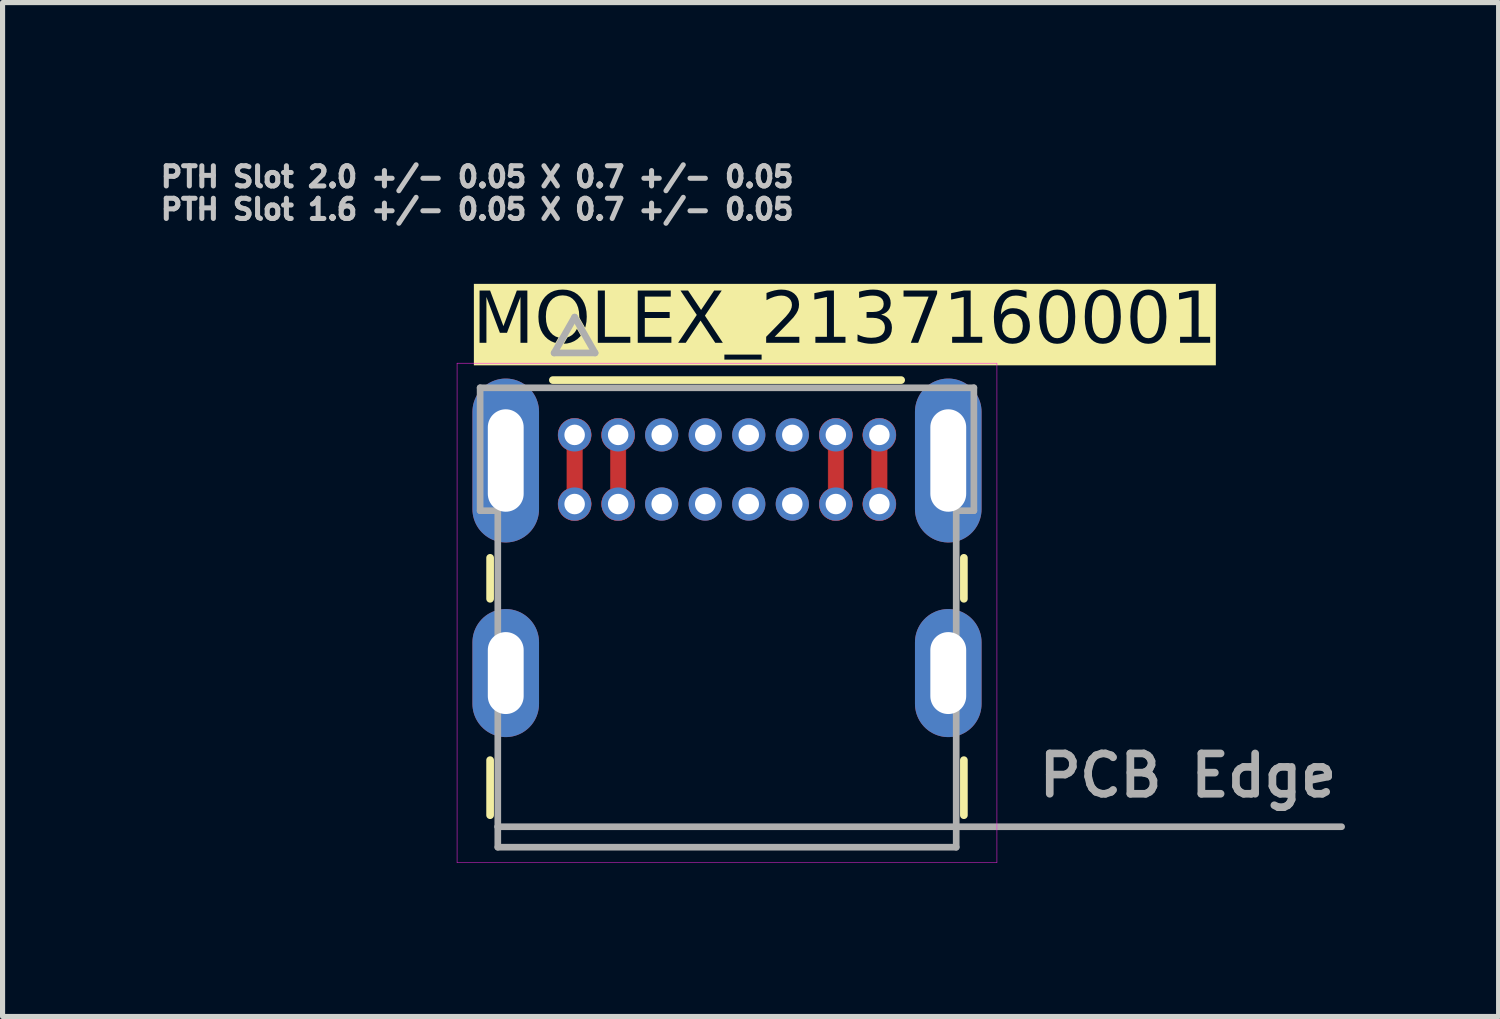
<source format=kicad_pcb>
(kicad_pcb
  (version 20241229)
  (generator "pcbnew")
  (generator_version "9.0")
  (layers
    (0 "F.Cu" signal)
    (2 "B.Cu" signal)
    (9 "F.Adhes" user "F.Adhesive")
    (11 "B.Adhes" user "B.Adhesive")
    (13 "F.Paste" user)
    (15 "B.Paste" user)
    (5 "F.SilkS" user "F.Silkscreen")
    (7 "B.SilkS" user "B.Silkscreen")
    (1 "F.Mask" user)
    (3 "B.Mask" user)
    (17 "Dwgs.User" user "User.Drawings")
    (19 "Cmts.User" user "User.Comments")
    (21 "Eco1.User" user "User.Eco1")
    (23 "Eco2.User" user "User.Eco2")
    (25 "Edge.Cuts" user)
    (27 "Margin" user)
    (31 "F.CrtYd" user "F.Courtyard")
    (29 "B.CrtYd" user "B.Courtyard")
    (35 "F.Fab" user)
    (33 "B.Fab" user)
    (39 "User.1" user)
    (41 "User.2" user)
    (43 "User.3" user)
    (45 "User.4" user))
  (footprint "MOLEX_2137160001"
    (layer "F.Cu")
    (at 11.144 13.091)
    (property "Reference" "MOLEX_2137160001" (at 2.297 -9.863 0) (layer "F.SilkS" knockout) (effects (font (face "Futura") (size 1 1) (thickness 0.15))))
    (attr through_hole)
    (fp_poly (pts (xy -2.825 -6.587) (xy -2.775 -6.555) (xy -2.733 -6.516) (xy -2.699 -6.47) (xy -2.673 -6.419) (xy -2.657 -6.364) (xy -2.651 -6.307) (xy -2.655 -6.25) (xy -2.669 -6.194) (xy -2.692 -6.142) (xy -2.724 -6.095) (xy -2.764 -6.054) (xy -2.811 -6.021) (xy -2.863 -5.996) (xy -2.918 -5.981) (xy -2.975 -5.976) (xy -3.032 -5.981) (xy -3.087 -5.996) (xy -3.139 -6.021) (xy -3.186 -6.054) (xy -3.226 -6.095) (xy -3.258 -6.142) (xy -3.281 -6.194) (xy -3.295 -6.25) (xy -3.299 -6.307) (xy -3.293 -6.364) (xy -3.277 -6.419) (xy -3.251 -6.47) (xy -3.217 -6.516) (xy -3.175 -6.555) (xy -3.125 -6.587) (xy -3.125 -7.363) (xy -3.175 -7.395) (xy -3.217 -7.434) (xy -3.251 -7.48) (xy -3.277 -7.531) (xy -3.293 -7.586) (xy -3.299 -7.643) (xy -3.295 -7.7) (xy -3.281 -7.756) (xy -3.258 -7.808) (xy -3.226 -7.855) (xy -3.186 -7.896) (xy -3.139 -7.929) (xy -3.087 -7.954) (xy -3.032 -7.969) (xy -2.975 -7.974) (xy -2.918 -7.969) (xy -2.863 -7.954) (xy -2.811 -7.929) (xy -2.764 -7.896) (xy -2.724 -7.855) (xy -2.692 -7.808) (xy -2.669 -7.756) (xy -2.655 -7.7) (xy -2.651 -7.643) (xy -2.657 -7.586) (xy -2.673 -7.531) (xy -2.699 -7.48) (xy -2.733 -7.434) (xy -2.775 -7.395) (xy -2.825 -7.363) (xy -2.825 -6.587) (xy -2.825 -6.587)) (stroke (width 0.01) (type solid)) (fill yes) (layer "F.Cu"))
    (fp_poly (pts (xy -1.975 -6.587) (xy -1.925 -6.555) (xy -1.883 -6.516) (xy -1.849 -6.47) (xy -1.823 -6.419) (xy -1.807 -6.364) (xy -1.801 -6.307) (xy -1.805 -6.25) (xy -1.819 -6.194) (xy -1.842 -6.142) (xy -1.874 -6.095) (xy -1.914 -6.054) (xy -1.961 -6.021) (xy -2.013 -5.996) (xy -2.068 -5.981) (xy -2.125 -5.976) (xy -2.182 -5.981) (xy -2.237 -5.996) (xy -2.289 -6.021) (xy -2.336 -6.054) (xy -2.376 -6.095) (xy -2.408 -6.142) (xy -2.431 -6.194) (xy -2.445 -6.25) (xy -2.449 -6.307) (xy -2.443 -6.364) (xy -2.427 -6.419) (xy -2.401 -6.47) (xy -2.367 -6.516) (xy -2.325 -6.555) (xy -2.275 -6.587) (xy -2.275 -7.363) (xy -2.325 -7.395) (xy -2.367 -7.434) (xy -2.401 -7.48) (xy -2.427 -7.531) (xy -2.443 -7.586) (xy -2.449 -7.643) (xy -2.445 -7.7) (xy -2.431 -7.756) (xy -2.408 -7.808) (xy -2.376 -7.855) (xy -2.336 -7.896) (xy -2.289 -7.929) (xy -2.237 -7.954) (xy -2.182 -7.969) (xy -2.125 -7.974) (xy -2.068 -7.969) (xy -2.013 -7.954) (xy -1.961 -7.929) (xy -1.914 -7.896) (xy -1.874 -7.855) (xy -1.842 -7.808) (xy -1.819 -7.756) (xy -1.805 -7.7) (xy -1.801 -7.643) (xy -1.807 -7.586) (xy -1.823 -7.531) (xy -1.849 -7.48) (xy -1.883 -7.434) (xy -1.925 -7.395) (xy -1.975 -7.363) (xy -1.975 -6.587) (xy -1.975 -6.587)) (stroke (width 0.01) (type solid)) (fill yes) (layer "F.Cu"))
    (fp_poly (pts (xy 1.975 -7.363) (xy 1.975 -6.587) (xy 1.925 -6.555) (xy 1.883 -6.516) (xy 1.849 -6.47) (xy 1.823 -6.419) (xy 1.807 -6.364) (xy 1.801 -6.307) (xy 1.805 -6.25) (xy 1.819 -6.194) (xy 1.842 -6.142) (xy 1.874 -6.095) (xy 1.914 -6.054) (xy 1.961 -6.021) (xy 2.013 -5.996) (xy 2.068 -5.981) (xy 2.125 -5.976) (xy 2.182 -5.981) (xy 2.237 -5.996) (xy 2.289 -6.021) (xy 2.336 -6.054) (xy 2.376 -6.095) (xy 2.408 -6.142) (xy 2.431 -6.194) (xy 2.445 -6.25) (xy 2.449 -6.307) (xy 2.443 -6.364) (xy 2.427 -6.419) (xy 2.401 -6.47) (xy 2.367 -6.516) (xy 2.325 -6.555) (xy 2.275 -6.587) (xy 2.275 -7.363) (xy 2.325 -7.395) (xy 2.367 -7.434) (xy 2.401 -7.48) (xy 2.427 -7.531) (xy 2.443 -7.586) (xy 2.449 -7.643) (xy 2.445 -7.7) (xy 2.431 -7.756) (xy 2.408 -7.808) (xy 2.376 -7.855) (xy 2.336 -7.896) (xy 2.289 -7.929) (xy 2.237 -7.954) (xy 2.182 -7.969) (xy 2.125 -7.974) (xy 2.068 -7.969) (xy 2.013 -7.954) (xy 1.961 -7.929) (xy 1.914 -7.896) (xy 1.874 -7.855) (xy 1.842 -7.808) (xy 1.819 -7.756) (xy 1.805 -7.7) (xy 1.801 -7.643) (xy 1.807 -7.586) (xy 1.823 -7.531) (xy 1.849 -7.48) (xy 1.883 -7.434) (xy 1.925 -7.395) (xy 1.975 -7.363) (xy 1.975 -7.363)) (stroke (width 0.01) (type solid)) (fill yes) (layer "F.Cu"))
    (fp_poly (pts (xy 3.125 -6.587) (xy 3.175 -6.555) (xy 3.217 -6.516) (xy 3.251 -6.47) (xy 3.277 -6.419) (xy 3.293 -6.364) (xy 3.299 -6.307) (xy 3.295 -6.25) (xy 3.281 -6.194) (xy 3.258 -6.142) (xy 3.226 -6.095) (xy 3.186 -6.054) (xy 3.139 -6.021) (xy 3.087 -5.996) (xy 3.032 -5.981) (xy 2.975 -5.976) (xy 2.918 -5.981) (xy 2.863 -5.996) (xy 2.811 -6.021) (xy 2.764 -6.054) (xy 2.724 -6.095) (xy 2.692 -6.142) (xy 2.669 -6.194) (xy 2.655 -6.25) (xy 2.651 -6.307) (xy 2.657 -6.364) (xy 2.673 -6.419) (xy 2.699 -6.47) (xy 2.733 -6.516) (xy 2.775 -6.555) (xy 2.825 -6.587) (xy 2.825 -7.363) (xy 2.775 -7.395) (xy 2.733 -7.434) (xy 2.699 -7.48) (xy 2.673 -7.531) (xy 2.657 -7.586) (xy 2.651 -7.643) (xy 2.655 -7.7) (xy 2.669 -7.756) (xy 2.692 -7.808) (xy 2.724 -7.855) (xy 2.764 -7.896) (xy 2.811 -7.929) (xy 2.863 -7.954) (xy 2.918 -7.969) (xy 2.975 -7.974) (xy 3.032 -7.969) (xy 3.087 -7.954) (xy 3.139 -7.929) (xy 3.186 -7.896) (xy 3.226 -7.855) (xy 3.258 -7.808) (xy 3.281 -7.756) (xy 3.295 -7.7) (xy 3.299 -7.643) (xy 3.293 -7.586) (xy 3.277 -7.531) (xy 3.251 -7.48) (xy 3.217 -7.434) (xy 3.175 -7.395) (xy 3.125 -7.363) (xy 3.125 -6.587) (xy 3.125 -6.587)) (stroke (width 0.01) (type solid)) (fill yes) (layer "F.Cu"))
    (fp_circle (center -1.275 -7.65) (end -1.081 -7.65) (stroke (width 0.388) (type solid)) (fill no) (layer "F.Mask"))
    (fp_circle (center -1.275 -6.3) (end -1.081 -6.3) (stroke (width 0.388) (type solid)) (fill no) (layer "F.Mask"))
    (fp_circle (center -0.425 -7.65) (end -0.231 -7.65) (stroke (width 0.388) (type solid)) (fill no) (layer "F.Mask"))
    (fp_circle (center -0.425 -6.3) (end -0.231 -6.3) (stroke (width 0.388) (type solid)) (fill no) (layer "F.Mask"))
    (fp_circle (center 0.425 -7.65) (end 0.619 -7.65) (stroke (width 0.388) (type solid)) (fill no) (layer "F.Mask"))
    (fp_circle (center 0.425 -6.3) (end 0.619 -6.3) (stroke (width 0.388) (type solid)) (fill no) (layer "F.Mask"))
    (fp_circle (center 1.275 -7.65) (end 1.469 -7.65) (stroke (width 0.388) (type solid)) (fill no) (layer "F.Mask"))
    (fp_circle (center 1.275 -6.3) (end 1.469 -6.3) (stroke (width 0.388) (type solid)) (fill no) (layer "F.Mask"))
    (fp_poly (pts (xy -3.188 -7.327) (xy -3.188 -6.623) (xy -3.238 -6.584) (xy -3.283 -6.535) (xy -3.318 -6.48) (xy -3.344 -6.418) (xy -3.359 -6.354) (xy -3.362 -6.288) (xy -3.355 -6.222) (xy -3.336 -6.159) (xy -3.306 -6.099) (xy -3.267 -6.046) (xy -3.22 -6) (xy -3.165 -5.962) (xy -3.105 -5.935) (xy -3.041 -5.918) (xy -2.975 -5.912) (xy -2.909 -5.918) (xy -2.845 -5.935) (xy -2.785 -5.962) (xy -2.73 -6) (xy -2.683 -6.046) (xy -2.644 -6.099) (xy -2.614 -6.159) (xy -2.595 -6.222) (xy -2.588 -6.288) (xy -2.591 -6.354) (xy -2.606 -6.418) (xy -2.632 -6.48) (xy -2.667 -6.535) (xy -2.712 -6.584) (xy -2.761 -6.623) (xy -2.761 -7.327) (xy -2.712 -7.366) (xy -2.667 -7.415) (xy -2.632 -7.47) (xy -2.606 -7.532) (xy -2.591 -7.596) (xy -2.588 -7.662) (xy -2.595 -7.728) (xy -2.614 -7.791) (xy -2.644 -7.851) (xy -2.683 -7.904) (xy -2.73 -7.95) (xy -2.785 -7.988) (xy -2.845 -8.015) (xy -2.909 -8.032) (xy -2.975 -8.038) (xy -3.041 -8.032) (xy -3.105 -8.015) (xy -3.165 -7.988) (xy -3.22 -7.95) (xy -3.267 -7.904) (xy -3.306 -7.851) (xy -3.336 -7.791) (xy -3.355 -7.728) (xy -3.362 -7.662) (xy -3.359 -7.596) (xy -3.344 -7.532) (xy -3.318 -7.47) (xy -3.283 -7.415) (xy -3.238 -7.366) (xy -3.188 -7.327) (xy -3.188 -7.327)) (stroke (width 0.01) (type solid)) (fill yes) (layer "F.Mask"))
    (fp_poly (pts (xy -1.911 -6.623) (xy -1.862 -6.584) (xy -1.817 -6.535) (xy -1.782 -6.48) (xy -1.756 -6.418) (xy -1.741 -6.354) (xy -1.738 -6.288) (xy -1.745 -6.222) (xy -1.764 -6.159) (xy -1.794 -6.099) (xy -1.833 -6.046) (xy -1.88 -6) (xy -1.935 -5.962) (xy -1.995 -5.935) (xy -2.059 -5.918) (xy -2.125 -5.912) (xy -2.191 -5.918) (xy -2.255 -5.935) (xy -2.315 -5.962) (xy -2.37 -6) (xy -2.417 -6.046) (xy -2.456 -6.099) (xy -2.486 -6.159) (xy -2.505 -6.222) (xy -2.512 -6.288) (xy -2.509 -6.354) (xy -2.494 -6.418) (xy -2.468 -6.48) (xy -2.433 -6.535) (xy -2.388 -6.584) (xy -2.338 -6.623) (xy -2.338 -7.327) (xy -2.388 -7.366) (xy -2.433 -7.415) (xy -2.468 -7.47) (xy -2.494 -7.532) (xy -2.509 -7.596) (xy -2.512 -7.662) (xy -2.505 -7.728) (xy -2.486 -7.791) (xy -2.456 -7.851) (xy -2.417 -7.904) (xy -2.37 -7.95) (xy -2.315 -7.988) (xy -2.255 -8.015) (xy -2.191 -8.032) (xy -2.125 -8.038) (xy -2.059 -8.032) (xy -1.995 -8.015) (xy -1.935 -7.988) (xy -1.88 -7.95) (xy -1.833 -7.904) (xy -1.794 -7.851) (xy -1.764 -7.791) (xy -1.745 -7.728) (xy -1.738 -7.662) (xy -1.741 -7.596) (xy -1.756 -7.532) (xy -1.782 -7.47) (xy -1.817 -7.415) (xy -1.862 -7.366) (xy -1.911 -7.327) (xy -1.911 -6.623) (xy -1.911 -6.623)) (stroke (width 0.01) (type solid)) (fill yes) (layer "F.Mask"))
    (fp_poly (pts (xy 2.338 -6.623) (xy 2.388 -6.584) (xy 2.433 -6.535) (xy 2.468 -6.48) (xy 2.494 -6.418) (xy 2.509 -6.354) (xy 2.512 -6.288) (xy 2.505 -6.222) (xy 2.486 -6.159) (xy 2.456 -6.099) (xy 2.417 -6.046) (xy 2.37 -6) (xy 2.315 -5.962) (xy 2.255 -5.935) (xy 2.191 -5.918) (xy 2.125 -5.912) (xy 2.059 -5.918) (xy 1.995 -5.935) (xy 1.935 -5.962) (xy 1.88 -6) (xy 1.833 -6.046) (xy 1.794 -6.099) (xy 1.764 -6.159) (xy 1.745 -6.222) (xy 1.738 -6.288) (xy 1.741 -6.354) (xy 1.756 -6.418) (xy 1.782 -6.48) (xy 1.817 -6.535) (xy 1.862 -6.584) (xy 1.911 -6.623) (xy 1.911 -7.327) (xy 1.862 -7.366) (xy 1.817 -7.415) (xy 1.782 -7.47) (xy 1.756 -7.532) (xy 1.741 -7.596) (xy 1.738 -7.662) (xy 1.745 -7.728) (xy 1.764 -7.791) (xy 1.794 -7.851) (xy 1.833 -7.904) (xy 1.88 -7.95) (xy 1.935 -7.988) (xy 1.995 -8.015) (xy 2.059 -8.032) (xy 2.125 -8.038) (xy 2.191 -8.032) (xy 2.255 -8.015) (xy 2.315 -7.988) (xy 2.37 -7.95) (xy 2.417 -7.904) (xy 2.456 -7.851) (xy 2.486 -7.791) (xy 2.505 -7.728) (xy 2.512 -7.662) (xy 2.509 -7.596) (xy 2.494 -7.532) (xy 2.468 -7.47) (xy 2.433 -7.415) (xy 2.388 -7.366) (xy 2.338 -7.327) (xy 2.338 -6.623) (xy 2.338 -6.623)) (stroke (width 0.01) (type solid)) (fill yes) (layer "F.Mask"))
    (fp_poly (pts (xy 2.761 -7.327) (xy 2.761 -6.623) (xy 2.712 -6.584) (xy 2.667 -6.535) (xy 2.632 -6.48) (xy 2.606 -6.418) (xy 2.591 -6.354) (xy 2.588 -6.288) (xy 2.595 -6.222) (xy 2.614 -6.159) (xy 2.644 -6.099) (xy 2.683 -6.046) (xy 2.73 -6) (xy 2.785 -5.962) (xy 2.845 -5.935) (xy 2.909 -5.918) (xy 2.975 -5.912) (xy 3.041 -5.918) (xy 3.105 -5.935) (xy 3.165 -5.962) (xy 3.22 -6) (xy 3.267 -6.046) (xy 3.306 -6.099) (xy 3.336 -6.159) (xy 3.355 -6.222) (xy 3.362 -6.288) (xy 3.359 -6.354) (xy 3.344 -6.418) (xy 3.318 -6.48) (xy 3.283 -6.535) (xy 3.238 -6.584) (xy 3.188 -6.623) (xy 3.188 -7.327) (xy 3.238 -7.366) (xy 3.283 -7.415) (xy 3.318 -7.47) (xy 3.344 -7.532) (xy 3.359 -7.596) (xy 3.362 -7.662) (xy 3.355 -7.728) (xy 3.336 -7.791) (xy 3.306 -7.851) (xy 3.267 -7.904) (xy 3.22 -7.95) (xy 3.165 -7.988) (xy 3.105 -8.015) (xy 3.041 -8.032) (xy 2.975 -8.038) (xy 2.909 -8.032) (xy 2.845 -8.015) (xy 2.785 -7.988) (xy 2.73 -7.95) (xy 2.683 -7.904) (xy 2.644 -7.851) (xy 2.614 -7.791) (xy 2.595 -7.728) (xy 2.588 -7.662) (xy 2.591 -7.596) (xy 2.606 -7.532) (xy 2.632 -7.47) (xy 2.667 -7.415) (xy 2.712 -7.366) (xy 2.761 -7.327) (xy 2.761 -7.327)) (stroke (width 0.01) (type solid)) (fill yes) (layer "F.Mask"))
    (fp_circle (center -2.975 -7.65) (end -2.781 -7.65) (stroke (width 0.388) (type solid)) (fill no) (layer "B.Mask"))
    (fp_circle (center -2.975 -6.3) (end -2.781 -6.3) (stroke (width 0.388) (type solid)) (fill no) (layer "B.Mask"))
    (fp_circle (center -2.125 -7.65) (end -1.931 -7.65) (stroke (width 0.388) (type solid)) (fill no) (layer "B.Mask"))
    (fp_circle (center -2.125 -6.3) (end -1.931 -6.3) (stroke (width 0.388) (type solid)) (fill no) (layer "B.Mask"))
    (fp_circle (center -1.275 -7.65) (end -1.081 -7.65) (stroke (width 0.388) (type solid)) (fill no) (layer "B.Mask"))
    (fp_circle (center -1.275 -6.3) (end -1.081 -6.3) (stroke (width 0.388) (type solid)) (fill no) (layer "B.Mask"))
    (fp_circle (center -0.425 -7.65) (end -0.231 -7.65) (stroke (width 0.388) (type solid)) (fill no) (layer "B.Mask"))
    (fp_circle (center -0.425 -6.3) (end -0.231 -6.3) (stroke (width 0.388) (type solid)) (fill no) (layer "B.Mask"))
    (fp_circle (center 0.425 -7.65) (end 0.619 -7.65) (stroke (width 0.388) (type solid)) (fill no) (layer "B.Mask"))
    (fp_circle (center 0.425 -6.3) (end 0.619 -6.3) (stroke (width 0.388) (type solid)) (fill no) (layer "B.Mask"))
    (fp_circle (center 1.275 -7.65) (end 1.469 -7.65) (stroke (width 0.388) (type solid)) (fill no) (layer "B.Mask"))
    (fp_circle (center 1.275 -6.3) (end 1.469 -6.3) (stroke (width 0.388) (type solid)) (fill no) (layer "B.Mask"))
    (fp_circle (center 2.125 -7.65) (end 2.319 -7.65) (stroke (width 0.388) (type solid)) (fill no) (layer "B.Mask"))
    (fp_circle (center 2.125 -6.3) (end 2.319 -6.3) (stroke (width 0.388) (type solid)) (fill no) (layer "B.Mask"))
    (fp_circle (center 2.975 -7.65) (end 3.169 -7.65) (stroke (width 0.388) (type solid)) (fill no) (layer "B.Mask"))
    (fp_circle (center 2.975 -6.3) (end 3.169 -6.3) (stroke (width 0.388) (type solid)) (fill no) (layer "B.Mask"))
    (fp_line (start -4.625 -5.25) (end -4.625 -4.45) (stroke (width 0.15) (type solid)) (layer "F.SilkS"))
    (fp_line (start -4.625 -0.225) (end -4.625 -1.3) (stroke (width 0.15) (type solid)) (layer "F.SilkS"))
    (fp_line (start -3.375 -9.25) (end -2.575 -9.25) (stroke (width 0.15) (type solid)) (layer "F.SilkS"))
    (fp_line (start -2.975 -9.95) (end -3.375 -9.25) (stroke (width 0.15) (type solid)) (layer "F.SilkS"))
    (fp_line (start -2.575 -9.25) (end -2.975 -9.95) (stroke (width 0.15) (type solid)) (layer "F.SilkS"))
    (fp_line (start 3.4 -8.72) (end -3.4 -8.72) (stroke (width 0.15) (type solid)) (layer "F.SilkS"))
    (fp_line (start 4.625 -4.45) (end 4.625 -5.25) (stroke (width 0.15) (type solid)) (layer "F.SilkS"))
    (fp_line (start 4.625 -0.225) (end 4.625 -1.3) (stroke (width 0.15) (type solid)) (layer "F.SilkS"))
    (fp_line (start -5.27 -9.05) (end -5.27 0.7) (stroke (width 0.01) (type solid)) (layer "F.CrtYd"))
    (fp_line (start -5.27 0.7) (end 5.27 0.7) (stroke (width 0.01) (type solid)) (layer "F.CrtYd"))
    (fp_line (start 5.27 -9.05) (end -5.27 -9.05) (stroke (width 0.01) (type solid)) (layer "F.CrtYd"))
    (fp_line (start 5.27 0.7) (end 5.27 -9.05) (stroke (width 0.01) (type solid)) (layer "F.CrtYd"))
    (fp_line (start -4.82 -8.57) (end -4.82 -6.17) (stroke (width 0.13) (type solid)) (layer "F.Fab"))
    (fp_line (start -4.82 -6.17) (end -4.475 -6.17) (stroke (width 0.13) (type solid)) (layer "F.Fab"))
    (fp_line (start -4.475 -6.17) (end -4.475 0) (stroke (width 0.13) (type solid)) (layer "F.Fab"))
    (fp_line (start -4.475 0) (end -4.475 0.4) (stroke (width 0.13) (type solid)) (layer "F.Fab"))
    (fp_line (start -4.475 0) (end 12 0) (stroke (width 0.13) (type solid)) (layer "F.Fab"))
    (fp_line (start -4.475 0.4) (end 4.475 0.4) (stroke (width 0.13) (type solid)) (layer "F.Fab"))
    (fp_line (start -3.375 -9.25) (end -2.575 -9.25) (stroke (width 0.13) (type solid)) (layer "F.Fab"))
    (fp_line (start -2.975 -9.95) (end -3.375 -9.25) (stroke (width 0.13) (type solid)) (layer "F.Fab"))
    (fp_line (start -2.575 -9.25) (end -2.975 -9.95) (stroke (width 0.13) (type solid)) (layer "F.Fab"))
    (fp_line (start 4.475 0.4) (end 4.475 -6.17) (stroke (width 0.13) (type solid)) (layer "F.Fab"))
    (fp_line (start 4.82 -8.57) (end -4.82 -8.57) (stroke (width 0.13) (type solid)) (layer "F.Fab"))
    (fp_line (start 4.82 -8.57) (end 4.82 -6.17) (stroke (width 0.13) (type solid)) (layer "F.Fab"))
    (fp_line (start 4.82 -6.17) (end 4.475 -6.17) (stroke (width 0.13) (type solid)) (layer "F.Fab"))
    (fp_text user "PTH Slot 1.6 +/- 0.05 X 0.7 +/- 0.05" (at -4.878 -12.053 0) (layer "Dwgs.User") (effects (font (size 0.394 0.394) (thickness 0.15))))
    (fp_text user "PTH Slot 2.0 +/- 0.05 X 0.7 +/- 0.05" (at -4.878 -12.688 0) (layer "Dwgs.User") (effects (font (size 0.394 0.394) (thickness 0.15))))
    (fp_text user "PCB Edge" (at 9 -1 0) (layer "F.Fab") (effects (font (size 0.787 0.787) (thickness 0.15))))
    (pad "A1" thru_hole circle (at -2.975 -7.65) (size 0.648 0.648) (drill 0.4) (layers "*.Cu"))
    (pad "A4" thru_hole circle (at -2.125 -7.65) (size 0.648 0.648) (drill 0.4) (layers "*.Cu"))
    (pad "A5" thru_hole circle (at -1.275 -7.65) (size 0.648 0.648) (drill 0.4) (layers "*.Cu"))
    (pad "A6" thru_hole circle (at -0.425 -7.65) (size 0.648 0.648) (drill 0.4) (layers "*.Cu"))
    (pad "A7" thru_hole circle (at 0.425 -7.65) (size 0.648 0.648) (drill 0.4) (layers "*.Cu"))
    (pad "A8" thru_hole circle (at 1.275 -7.65) (size 0.648 0.648) (drill 0.4) (layers "*.Cu"))
    (pad "A9" thru_hole circle (at 2.125 -7.65) (size 0.648 0.648) (drill 0.4) (layers "*.Cu"))
    (pad "A12" thru_hole circle (at 2.975 -7.65) (size 0.648 0.648) (drill 0.4) (layers "*.Cu"))
    (pad "B1" thru_hole circle (at 2.975 -6.3) (size 0.648 0.648) (drill 0.4) (layers "*.Cu"))
    (pad "B4" thru_hole circle (at 2.125 -6.3) (size 0.648 0.648) (drill 0.4) (layers "*.Cu"))
    (pad "B5" thru_hole circle (at 1.275 -6.3) (size 0.648 0.648) (drill 0.4) (layers "*.Cu"))
    (pad "B6" thru_hole circle (at 0.425 -6.3) (size 0.648 0.648) (drill 0.4) (layers "*.Cu"))
    (pad "B7" thru_hole circle (at -0.425 -6.3) (size 0.648 0.648) (drill 0.4) (layers "*.Cu"))
    (pad "B8" thru_hole circle (at -1.275 -6.3) (size 0.648 0.648) (drill 0.4) (layers "*.Cu"))
    (pad "B9" thru_hole circle (at -2.125 -6.3) (size 0.648 0.648) (drill 0.4) (layers "*.Cu"))
    (pad "B12" thru_hole circle (at -2.975 -6.3) (size 0.648 0.648) (drill 0.4) (layers "*.Cu"))
    (pad "SH1" thru_hole oval (at -4.32 -3) (size 1.3 2.5) (drill oval 0.7 1.6) (layers "*.Cu" "*.Mask"))
    (pad "SH2" thru_hole oval (at 4.32 -3) (size 1.3 2.5) (drill oval 0.7 1.6) (layers "*.Cu" "*.Mask"))
    (pad "SH3" thru_hole oval (at -4.32 -7.15) (size 1.3 3.2) (drill oval 0.7 2) (layers "*.Cu" "*.Mask"))
    (pad "SH4" thru_hole oval (at 4.32 -7.15) (size 1.3 3.2) (drill oval 0.7 2) (layers "*.Cu" "*.Mask")))
  (gr_rect
    (start -3 -3)
    (end 26.209 16.796)
    (stroke (width 0.1) (type default))
    (fill no)
    (layer "Edge.Cuts")))
</source>
